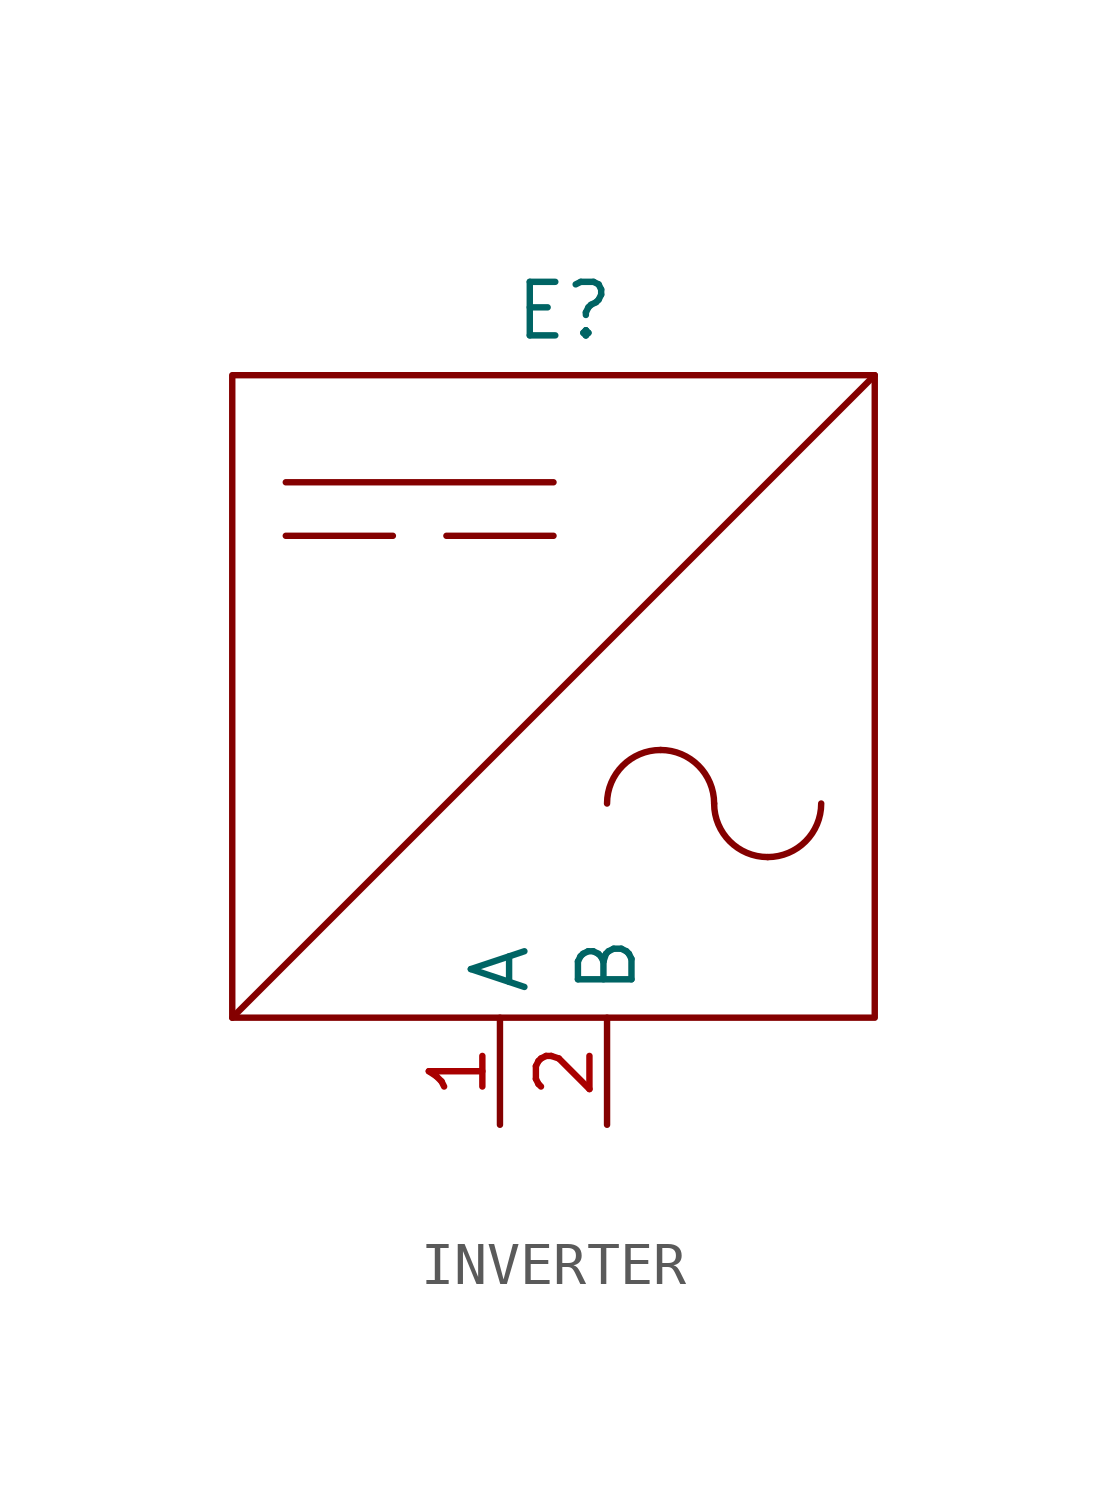
<source format=kicad_sym>
(kicad_symbol_lib
  (version 20231120)
  (generator "kicad_symbol_editor")
  (generator_version "8.0")
  (symbol "INVERTER"
    (property "Reference" "E"
      (at 0.254 9.144 0)
      (effects (font (size 1.27 1.27))))
    (property "Value" ""
      (at -6.35 10.16 0)
      (effects (font (size 1.27 1.27))))
    (symbol "INVERTER_0_1"
      (rectangle (start -7.62 7.62) (end 7.62 -7.62) (stroke (width 0) (type default)) (fill (type none)))
      (polyline (pts (xy -7.62 -7.62) (xy 7.62 7.62)) (stroke (width 0) (type default)) (fill (type none)))
      (polyline (pts (xy -6.35 3.81) (xy -3.81 3.81)) (stroke (width 0) (type default)) (fill (type none)))
      (polyline (pts (xy -6.35 5.08) (xy 0 5.08)) (stroke (width 0) (type default)) (fill (type none)))
      (polyline (pts (xy -2.54 3.81) (xy 0 3.81)) (stroke (width 0) (type default)) (fill (type none)))
      (arc (start 2.54 -1.27) (mid 1.642 -1.642) (end 1.27 -2.54) (stroke (width 0) (type default)) (fill (type none)))
      (arc (start 3.81 -2.54) (mid 3.438 -1.642) (end 2.54 -1.27) (stroke (width 0) (type default)) (fill (type none)))
      (arc (start 3.81 -2.54) (mid 4.182 -3.438) (end 5.08 -3.81) (stroke (width 0) (type default)) (fill (type none)))
      (arc (start 5.08 -3.81) (mid 5.978 -3.438) (end 6.35 -2.54) (stroke (width 0) (type default)) (fill (type none))))
    (symbol "INVERTER_1_1"
      (pin passive line (at -1.27 -10.16 90) (length 2.54) (name "A" (effects (font (size 1.27 1.27)))) (number "1" (effects (font (size 1.27 1.27)))))
      (pin passive line (at 1.27 -10.16 90) (length 2.54) (name "B" (effects (font (size 1.27 1.27)))) (number "2" (effects (font (size 1.27 1.27))))))))
</source>
